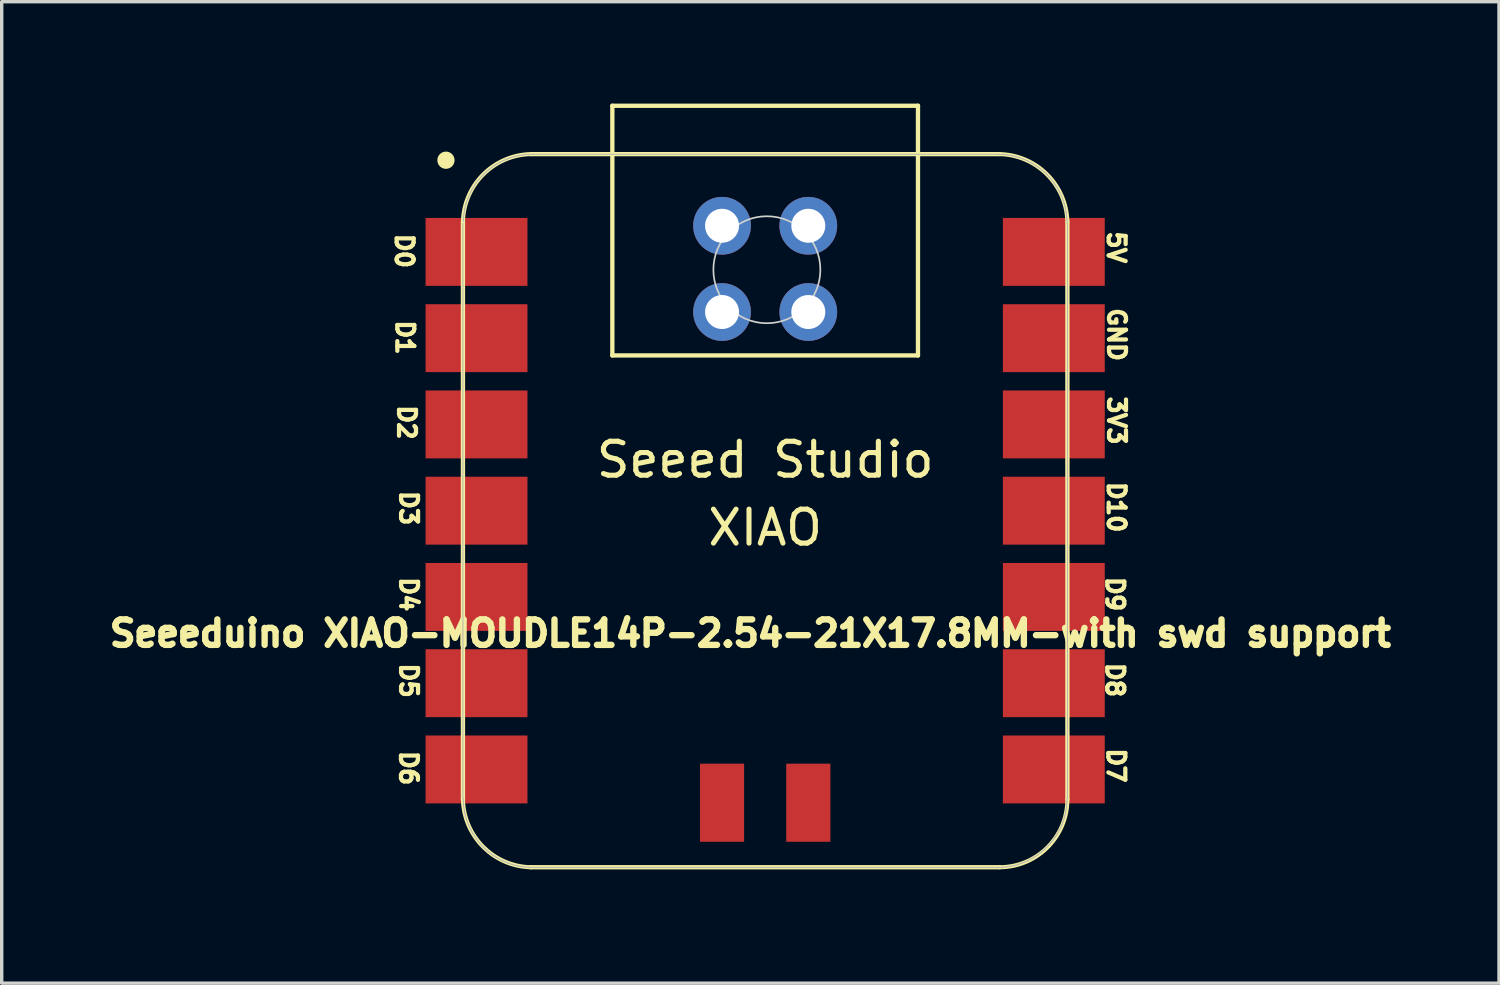
<source format=kicad_pcb>
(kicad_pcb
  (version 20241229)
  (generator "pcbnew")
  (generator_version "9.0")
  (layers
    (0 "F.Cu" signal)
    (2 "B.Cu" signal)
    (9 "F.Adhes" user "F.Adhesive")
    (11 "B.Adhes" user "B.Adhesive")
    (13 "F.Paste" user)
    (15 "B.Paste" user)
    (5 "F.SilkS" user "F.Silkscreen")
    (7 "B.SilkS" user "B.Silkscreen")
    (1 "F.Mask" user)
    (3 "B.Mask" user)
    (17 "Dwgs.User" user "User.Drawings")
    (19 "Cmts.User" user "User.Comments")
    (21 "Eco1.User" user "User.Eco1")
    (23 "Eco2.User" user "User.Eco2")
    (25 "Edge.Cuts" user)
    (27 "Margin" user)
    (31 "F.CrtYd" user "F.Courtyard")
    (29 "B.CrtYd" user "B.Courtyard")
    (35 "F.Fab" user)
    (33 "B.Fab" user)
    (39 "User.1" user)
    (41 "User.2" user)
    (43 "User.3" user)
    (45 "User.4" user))
  (footprint "Seeeduino XIAO-MOUDLE14P-2.54-21X17.8MM-with swd support"
    (layer "F.Cu")
    (at 10.396 22.652)
    (property "Reference" "Seeeduino XIAO-MOUDLE14P-2.54-21X17.8MM-with swd support" (at 8.65 -7.05 0) (layer "F.SilkS") (effects (font (size 0.75 0.75) (thickness 0.188))))
    (attr smd)
    (fp_line (start 0.186 -19.164) (end 0.186 -2.164) (stroke (width 0.127) (type solid)) (layer "F.SilkS"))
    (fp_line (start 2.186 -0.164) (end 15.986 -0.164) (stroke (width 0.127) (type solid)) (layer "F.SilkS"))
    (fp_line (start 4.586 -22.588) (end 13.586 -22.588) (stroke (width 0.127) (type solid)) (layer "F.SilkS"))
    (fp_line (start 4.586 -15.235) (end 4.586 -22.588) (stroke (width 0.127) (type solid)) (layer "F.SilkS"))
    (fp_line (start 13.586 -22.588) (end 13.586 -15.235) (stroke (width 0.127) (type solid)) (layer "F.SilkS"))
    (fp_line (start 13.586 -15.235) (end 4.586 -15.235) (stroke (width 0.127) (type solid)) (layer "F.SilkS"))
    (fp_line (start 15.986 -21.163) (end 2.186 -21.163) (stroke (width 0.127) (type solid)) (layer "F.SilkS"))
    (fp_line (start 17.986 -2.164) (end 17.986 -19.164) (stroke (width 0.127) (type solid)) (layer "F.SilkS"))
    (fp_arc (start 0.185786 -19.164214) (mid 0.784295 -20.565705) (end 2.185786 -21.164214) (stroke (width 0.12) (type solid)) (layer "F.SilkS"))
    (fp_arc (start 2.185786 -0.164214) (mid 0.784363 -0.762791) (end 0.185786 -2.164214) (stroke (width 0.12) (type solid)) (layer "F.SilkS"))
    (fp_arc (start 15.985786 -21.164214) (mid 17.387278 -20.565706) (end 17.985786 -19.164214) (stroke (width 0.12) (type solid)) (layer "F.SilkS"))
    (fp_arc (start 17.985786 -2.164214) (mid 17.4 -0.75) (end 15.985786 -0.164214) (stroke (width 0.12) (type solid)) (layer "F.SilkS"))
    (fp_circle (center -0.314 -20.984) (end -0.314 -21.238) (stroke (width 0) (type solid)) (fill yes) (layer "F.SilkS"))
    (fp_poly (pts (xy 0.198 -19.226) (xy 0.201 -19.275) (xy 0.205 -19.324)) (stroke (width 0.025) (type solid)) (fill no) (layer "F.SilkS"))
    (fp_poly (pts (xy 17.975 -2.143) (xy 17.973 -2.093) (xy 17.97 -2.045) (xy 17.966 -1.996) (xy 17.961 -1.947) (xy 17.954 -1.898) (xy 17.947 -1.85) (xy 17.938 -1.801) (xy 17.928 -1.753)) (stroke (width 0.025) (type solid)) (fill no) (layer "F.SilkS"))
    (fp_circle (center 9.136 -17.759) (end 10.711 -17.747) (stroke (width 0.05) (type default)) (fill no) (layer "Edge.Cuts"))
    (fp_line (start 0.186 -19.128) (end 0.186 -2.192) (stroke (width 0.025) (type solid)) (layer "F.Fab"))
    (fp_line (start 0.196 -2.192) (end 0.196 -2.143) (stroke (width 0.025) (type solid)) (layer "F.Fab"))
    (fp_line (start 0.196 -2.143) (end 0.198 -2.093) (stroke (width 0.025) (type solid)) (layer "F.Fab"))
    (fp_line (start 0.198 -19.226) (end 0.196 -19.177) (stroke (width 0.025) (type solid)) (layer "F.Fab"))
    (fp_line (start 0.198 -2.093) (end 0.201 -2.045) (stroke (width 0.025) (type solid)) (layer "F.Fab"))
    (fp_line (start 0.201 -19.275) (end 0.198 -19.226) (stroke (width 0.025) (type solid)) (layer "F.Fab"))
    (fp_line (start 0.201 -2.045) (end 0.205 -1.996) (stroke (width 0.025) (type solid)) (layer "F.Fab"))
    (fp_line (start 0.205 -19.324) (end 0.201 -19.275) (stroke (width 0.025) (type solid)) (layer "F.Fab"))
    (fp_line (start 0.205 -1.996) (end 0.211 -1.947) (stroke (width 0.025) (type solid)) (layer "F.Fab"))
    (fp_line (start 0.211 -19.372) (end 0.205 -19.324) (stroke (width 0.025) (type solid)) (layer "F.Fab"))
    (fp_line (start 0.211 -1.947) (end 0.217 -1.898) (stroke (width 0.025) (type solid)) (layer "F.Fab"))
    (fp_line (start 0.217 -19.421) (end 0.211 -19.372) (stroke (width 0.025) (type solid)) (layer "F.Fab"))
    (fp_line (start 0.217 -1.898) (end 0.225 -1.85) (stroke (width 0.025) (type solid)) (layer "F.Fab"))
    (fp_line (start 0.225 -19.47) (end 0.217 -19.421) (stroke (width 0.025) (type solid)) (layer "F.Fab"))
    (fp_line (start 0.225 -1.85) (end 0.234 -1.801) (stroke (width 0.025) (type solid)) (layer "F.Fab"))
    (fp_line (start 0.234 -19.518) (end 0.225 -19.47) (stroke (width 0.025) (type solid)) (layer "F.Fab"))
    (fp_line (start 0.234 -1.801) (end 0.244 -1.753) (stroke (width 0.025) (type solid)) (layer "F.Fab"))
    (fp_line (start 0.244 -19.566) (end 0.234 -19.518) (stroke (width 0.025) (type solid)) (layer "F.Fab"))
    (fp_line (start 0.244 -1.753) (end 0.255 -1.705) (stroke (width 0.025) (type solid)) (layer "F.Fab"))
    (fp_line (start 0.255 -19.614) (end 0.244 -19.566) (stroke (width 0.025) (type solid)) (layer "F.Fab"))
    (fp_line (start 0.255 -1.705) (end 0.267 -1.658) (stroke (width 0.025) (type solid)) (layer "F.Fab"))
    (fp_line (start 0.267 -19.662) (end 0.255 -19.614) (stroke (width 0.025) (type solid)) (layer "F.Fab"))
    (fp_line (start 0.267 -1.658) (end 0.281 -1.611) (stroke (width 0.025) (type solid)) (layer "F.Fab"))
    (fp_line (start 0.281 -19.709) (end 0.267 -19.662) (stroke (width 0.025) (type solid)) (layer "F.Fab"))
    (fp_line (start 0.281 -1.611) (end 0.295 -1.564) (stroke (width 0.025) (type solid)) (layer "F.Fab"))
    (fp_line (start 0.295 -19.756) (end 0.281 -19.709) (stroke (width 0.025) (type solid)) (layer "F.Fab"))
    (fp_line (start 0.295 -1.564) (end 0.311 -1.517) (stroke (width 0.025) (type solid)) (layer "F.Fab"))
    (fp_line (start 0.311 -19.802) (end 0.295 -19.756) (stroke (width 0.025) (type solid)) (layer "F.Fab"))
    (fp_line (start 0.311 -1.517) (end 0.328 -1.471) (stroke (width 0.025) (type solid)) (layer "F.Fab"))
    (fp_line (start 0.328 -19.848) (end 0.311 -19.802) (stroke (width 0.025) (type solid)) (layer "F.Fab"))
    (fp_line (start 0.328 -1.471) (end 0.346 -1.425) (stroke (width 0.025) (type solid)) (layer "F.Fab"))
    (fp_line (start 0.346 -19.894) (end 0.328 -19.848) (stroke (width 0.025) (type solid)) (layer "F.Fab"))
    (fp_line (start 0.346 -1.425) (end 0.365 -1.38) (stroke (width 0.025) (type solid)) (layer "F.Fab"))
    (fp_line (start 0.365 -19.939) (end 0.346 -19.894) (stroke (width 0.025) (type solid)) (layer "F.Fab"))
    (fp_line (start 0.365 -1.38) (end 0.385 -1.335) (stroke (width 0.025) (type solid)) (layer "F.Fab"))
    (fp_line (start 0.385 -19.984) (end 0.365 -19.939) (stroke (width 0.025) (type solid)) (layer "F.Fab"))
    (fp_line (start 0.385 -1.335) (end 0.406 -1.291) (stroke (width 0.025) (type solid)) (layer "F.Fab"))
    (fp_line (start 0.406 -20.028) (end 0.385 -19.984) (stroke (width 0.025) (type solid)) (layer "F.Fab"))
    (fp_line (start 0.406 -1.291) (end 0.428 -1.247) (stroke (width 0.025) (type solid)) (layer "F.Fab"))
    (fp_line (start 0.428 -20.072) (end 0.406 -20.028) (stroke (width 0.025) (type solid)) (layer "F.Fab"))
    (fp_line (start 0.428 -1.247) (end 0.452 -1.204) (stroke (width 0.025) (type solid)) (layer "F.Fab"))
    (fp_line (start 0.452 -20.115) (end 0.428 -20.072) (stroke (width 0.025) (type solid)) (layer "F.Fab"))
    (fp_line (start 0.452 -1.204) (end 0.476 -1.161) (stroke (width 0.025) (type solid)) (layer "F.Fab"))
    (fp_line (start 0.476 -20.158) (end 0.452 -20.115) (stroke (width 0.025) (type solid)) (layer "F.Fab"))
    (fp_line (start 0.476 -1.161) (end 0.502 -1.12) (stroke (width 0.025) (type solid)) (layer "F.Fab"))
    (fp_line (start 0.502 -20.2) (end 0.476 -20.158) (stroke (width 0.025) (type solid)) (layer "F.Fab"))
    (fp_line (start 0.502 -1.12) (end 0.528 -1.078) (stroke (width 0.025) (type solid)) (layer "F.Fab"))
    (fp_line (start 0.528 -20.241) (end 0.502 -20.2) (stroke (width 0.025) (type solid)) (layer "F.Fab"))
    (fp_line (start 0.528 -1.078) (end 0.555 -1.037) (stroke (width 0.025) (type solid)) (layer "F.Fab"))
    (fp_line (start 0.555 -20.282) (end 0.528 -20.241) (stroke (width 0.025) (type solid)) (layer "F.Fab"))
    (fp_line (start 0.555 -1.037) (end 0.584 -0.997) (stroke (width 0.025) (type solid)) (layer "F.Fab"))
    (fp_line (start 0.584 -20.322) (end 0.555 -20.282) (stroke (width 0.025) (type solid)) (layer "F.Fab"))
    (fp_line (start 0.584 -0.997) (end 0.613 -0.958) (stroke (width 0.025) (type solid)) (layer "F.Fab"))
    (fp_line (start 0.613 -20.361) (end 0.584 -20.322) (stroke (width 0.025) (type solid)) (layer "F.Fab"))
    (fp_line (start 0.613 -0.958) (end 0.644 -0.919) (stroke (width 0.025) (type solid)) (layer "F.Fab"))
    (fp_line (start 0.644 -20.4) (end 0.613 -20.361) (stroke (width 0.025) (type solid)) (layer "F.Fab"))
    (fp_line (start 0.644 -0.919) (end 0.675 -0.881) (stroke (width 0.025) (type solid)) (layer "F.Fab"))
    (fp_line (start 0.675 -20.438) (end 0.644 -20.4) (stroke (width 0.025) (type solid)) (layer "F.Fab"))
    (fp_line (start 0.675 -0.881) (end 0.707 -0.844) (stroke (width 0.025) (type solid)) (layer "F.Fab"))
    (fp_line (start 0.707 -20.475) (end 0.675 -20.438) (stroke (width 0.025) (type solid)) (layer "F.Fab"))
    (fp_line (start 0.707 -0.844) (end 0.74 -0.808) (stroke (width 0.025) (type solid)) (layer "F.Fab"))
    (fp_line (start 0.74 -20.511) (end 0.707 -20.475) (stroke (width 0.025) (type solid)) (layer "F.Fab"))
    (fp_line (start 0.74 -0.808) (end 0.774 -0.772) (stroke (width 0.025) (type solid)) (layer "F.Fab"))
    (fp_line (start 0.774 -20.547) (end 0.74 -20.511) (stroke (width 0.025) (type solid)) (layer "F.Fab"))
    (fp_line (start 0.774 -0.772) (end 0.808 -0.738) (stroke (width 0.025) (type solid)) (layer "F.Fab"))
    (fp_line (start 0.808 -20.582) (end 0.774 -20.547) (stroke (width 0.025) (type solid)) (layer "F.Fab"))
    (fp_line (start 0.808 -0.738) (end 0.844 -0.704) (stroke (width 0.025) (type solid)) (layer "F.Fab"))
    (fp_line (start 0.844 -20.616) (end 0.808 -20.582) (stroke (width 0.025) (type solid)) (layer "F.Fab"))
    (fp_line (start 0.844 -0.704) (end 0.88 -0.671) (stroke (width 0.025) (type solid)) (layer "F.Fab"))
    (fp_line (start 0.88 -20.649) (end 0.844 -20.616) (stroke (width 0.025) (type solid)) (layer "F.Fab"))
    (fp_line (start 0.88 -0.671) (end 0.917 -0.638) (stroke (width 0.025) (type solid)) (layer "F.Fab"))
    (fp_line (start 0.917 -20.681) (end 0.88 -20.649) (stroke (width 0.025) (type solid)) (layer "F.Fab"))
    (fp_line (start 0.917 -0.638) (end 0.955 -0.607) (stroke (width 0.025) (type solid)) (layer "F.Fab"))
    (fp_line (start 0.955 -20.712) (end 0.917 -20.681) (stroke (width 0.025) (type solid)) (layer "F.Fab"))
    (fp_line (start 0.955 -0.607) (end 0.994 -0.577) (stroke (width 0.025) (type solid)) (layer "F.Fab"))
    (fp_line (start 0.994 -20.742) (end 0.955 -20.712) (stroke (width 0.025) (type solid)) (layer "F.Fab"))
    (fp_line (start 0.994 -0.577) (end 1.033 -0.548) (stroke (width 0.025) (type solid)) (layer "F.Fab"))
    (fp_line (start 1.033 -20.772) (end 0.994 -20.742) (stroke (width 0.025) (type solid)) (layer "F.Fab"))
    (fp_line (start 1.033 -0.548) (end 1.073 -0.519) (stroke (width 0.025) (type solid)) (layer "F.Fab"))
    (fp_line (start 1.073 -20.8) (end 1.033 -20.772) (stroke (width 0.025) (type solid)) (layer "F.Fab"))
    (fp_line (start 1.073 -0.519) (end 1.114 -0.492) (stroke (width 0.025) (type solid)) (layer "F.Fab"))
    (fp_line (start 1.114 -20.827) (end 1.073 -20.8) (stroke (width 0.025) (type solid)) (layer "F.Fab"))
    (fp_line (start 1.114 -0.492) (end 1.156 -0.465) (stroke (width 0.025) (type solid)) (layer "F.Fab"))
    (fp_line (start 1.156 -20.854) (end 1.114 -20.827) (stroke (width 0.025) (type solid)) (layer "F.Fab"))
    (fp_line (start 1.156 -0.465) (end 1.198 -0.44) (stroke (width 0.025) (type solid)) (layer "F.Fab"))
    (fp_line (start 1.198 -20.879) (end 1.156 -20.854) (stroke (width 0.025) (type solid)) (layer "F.Fab"))
    (fp_line (start 1.198 -0.44) (end 1.24 -0.416) (stroke (width 0.025) (type solid)) (layer "F.Fab"))
    (fp_line (start 1.24 -20.904) (end 1.198 -20.879) (stroke (width 0.025) (type solid)) (layer "F.Fab"))
    (fp_line (start 1.24 -0.416) (end 1.283 -0.392) (stroke (width 0.025) (type solid)) (layer "F.Fab"))
    (fp_line (start 1.283 -20.927) (end 1.24 -20.904) (stroke (width 0.025) (type solid)) (layer "F.Fab"))
    (fp_line (start 1.283 -0.392) (end 1.327 -0.37) (stroke (width 0.025) (type solid)) (layer "F.Fab"))
    (fp_line (start 1.327 -20.949) (end 1.283 -20.927) (stroke (width 0.025) (type solid)) (layer "F.Fab"))
    (fp_line (start 1.327 -0.37) (end 1.372 -0.349) (stroke (width 0.025) (type solid)) (layer "F.Fab"))
    (fp_line (start 1.372 -20.97) (end 1.327 -20.949) (stroke (width 0.025) (type solid)) (layer "F.Fab"))
    (fp_line (start 1.372 -0.349) (end 1.416 -0.329) (stroke (width 0.025) (type solid)) (layer "F.Fab"))
    (fp_line (start 1.416 -20.99) (end 1.372 -20.97) (stroke (width 0.025) (type solid)) (layer "F.Fab"))
    (fp_line (start 1.416 -0.329) (end 1.461 -0.31) (stroke (width 0.025) (type solid)) (layer "F.Fab"))
    (fp_line (start 1.461 -21.01) (end 1.416 -20.99) (stroke (width 0.025) (type solid)) (layer "F.Fab"))
    (fp_line (start 1.461 -0.31) (end 1.507 -0.292) (stroke (width 0.025) (type solid)) (layer "F.Fab"))
    (fp_line (start 1.507 -21.028) (end 1.461 -21.01) (stroke (width 0.025) (type solid)) (layer "F.Fab"))
    (fp_line (start 1.507 -0.292) (end 1.553 -0.275) (stroke (width 0.025) (type solid)) (layer "F.Fab"))
    (fp_line (start 1.553 -21.044) (end 1.507 -21.028) (stroke (width 0.025) (type solid)) (layer "F.Fab"))
    (fp_line (start 1.553 -0.275) (end 1.6 -0.259) (stroke (width 0.025) (type solid)) (layer "F.Fab"))
    (fp_line (start 1.6 -21.06) (end 1.553 -21.044) (stroke (width 0.025) (type solid)) (layer "F.Fab"))
    (fp_line (start 1.6 -0.259) (end 1.647 -0.244) (stroke (width 0.025) (type solid)) (layer "F.Fab"))
    (fp_line (start 1.647 -21.075) (end 1.6 -21.06) (stroke (width 0.025) (type solid)) (layer "F.Fab"))
    (fp_line (start 1.647 -0.244) (end 1.694 -0.231) (stroke (width 0.025) (type solid)) (layer "F.Fab"))
    (fp_line (start 1.694 -21.088) (end 1.647 -21.075) (stroke (width 0.025) (type solid)) (layer "F.Fab"))
    (fp_line (start 1.694 -0.231) (end 1.741 -0.219) (stroke (width 0.025) (type solid)) (layer "F.Fab"))
    (fp_line (start 1.741 -21.101) (end 1.694 -21.088) (stroke (width 0.025) (type solid)) (layer "F.Fab"))
    (fp_line (start 1.741 -0.219) (end 1.789 -0.207) (stroke (width 0.025) (type solid)) (layer "F.Fab"))
    (fp_line (start 1.789 -21.112) (end 1.741 -21.101) (stroke (width 0.025) (type solid)) (layer "F.Fab"))
    (fp_line (start 1.789 -0.207) (end 1.837 -0.198) (stroke (width 0.025) (type solid)) (layer "F.Fab"))
    (fp_line (start 1.837 -21.122) (end 1.789 -21.112) (stroke (width 0.025) (type solid)) (layer "F.Fab"))
    (fp_line (start 1.837 -0.198) (end 1.886 -0.189) (stroke (width 0.025) (type solid)) (layer "F.Fab"))
    (fp_line (start 1.886 -21.131) (end 1.837 -21.122) (stroke (width 0.025) (type solid)) (layer "F.Fab"))
    (fp_line (start 1.886 -0.189) (end 1.934 -0.181) (stroke (width 0.025) (type solid)) (layer "F.Fab"))
    (fp_line (start 1.934 -21.138) (end 1.886 -21.131) (stroke (width 0.025) (type solid)) (layer "F.Fab"))
    (fp_line (start 1.934 -0.181) (end 1.983 -0.174) (stroke (width 0.025) (type solid)) (layer "F.Fab"))
    (fp_line (start 1.983 -21.145) (end 1.934 -21.138) (stroke (width 0.025) (type solid)) (layer "F.Fab"))
    (fp_line (start 1.983 -0.174) (end 2.032 -0.169) (stroke (width 0.025) (type solid)) (layer "F.Fab"))
    (fp_line (start 2.032 -21.15) (end 1.983 -21.145) (stroke (width 0.025) (type solid)) (layer "F.Fab"))
    (fp_line (start 2.032 -0.169) (end 2.081 -0.165) (stroke (width 0.025) (type solid)) (layer "F.Fab"))
    (fp_line (start 2.081 -21.154) (end 2.032 -21.15) (stroke (width 0.025) (type solid)) (layer "F.Fab"))
    (fp_line (start 2.081 -0.165) (end 2.129 -0.162) (stroke (width 0.025) (type solid)) (layer "F.Fab"))
    (fp_line (start 2.129 -21.157) (end 2.081 -21.154) (stroke (width 0.025) (type solid)) (layer "F.Fab"))
    (fp_line (start 2.129 -0.162) (end 2.179 -0.16) (stroke (width 0.025) (type solid)) (layer "F.Fab"))
    (fp_line (start 2.179 -21.159) (end 2.129 -21.157) (stroke (width 0.025) (type solid)) (layer "F.Fab"))
    (fp_line (start 2.179 -0.16) (end 2.228 -0.16) (stroke (width 0.025) (type solid)) (layer "F.Fab"))
    (fp_line (start 2.228 -21.16) (end 2.179 -21.159) (stroke (width 0.025) (type solid)) (layer "F.Fab"))
    (fp_line (start 2.228 -0.16) (end 15.944 -0.16) (stroke (width 0.025) (type solid)) (layer "F.Fab"))
    (fp_line (start 15.944 -21.16) (end 2.228 -21.16) (stroke (width 0.025) (type solid)) (layer "F.Fab"))
    (fp_line (start 15.944 -0.16) (end 15.993 -0.16) (stroke (width 0.025) (type solid)) (layer "F.Fab"))
    (fp_line (start 15.993 -21.159) (end 15.944 -21.16) (stroke (width 0.025) (type solid)) (layer "F.Fab"))
    (fp_line (start 15.993 -0.16) (end 16.042 -0.162) (stroke (width 0.025) (type solid)) (layer "F.Fab"))
    (fp_line (start 16.042 -21.157) (end 15.993 -21.159) (stroke (width 0.025) (type solid)) (layer "F.Fab"))
    (fp_line (start 16.042 -0.162) (end 16.091 -0.165) (stroke (width 0.025) (type solid)) (layer "F.Fab"))
    (fp_line (start 16.091 -21.154) (end 16.042 -21.157) (stroke (width 0.025) (type solid)) (layer "F.Fab"))
    (fp_line (start 16.091 -0.165) (end 16.14 -0.169) (stroke (width 0.025) (type solid)) (layer "F.Fab"))
    (fp_line (start 16.14 -21.15) (end 16.091 -21.154) (stroke (width 0.025) (type solid)) (layer "F.Fab"))
    (fp_line (start 16.14 -0.169) (end 16.189 -0.174) (stroke (width 0.025) (type solid)) (layer "F.Fab"))
    (fp_line (start 16.189 -21.145) (end 16.14 -21.15) (stroke (width 0.025) (type solid)) (layer "F.Fab"))
    (fp_line (start 16.189 -0.174) (end 16.237 -0.181) (stroke (width 0.025) (type solid)) (layer "F.Fab"))
    (fp_line (start 16.237 -21.138) (end 16.189 -21.145) (stroke (width 0.025) (type solid)) (layer "F.Fab"))
    (fp_line (start 16.237 -0.181) (end 16.286 -0.189) (stroke (width 0.025) (type solid)) (layer "F.Fab"))
    (fp_line (start 16.286 -21.131) (end 16.237 -21.138) (stroke (width 0.025) (type solid)) (layer "F.Fab"))
    (fp_line (start 16.286 -0.189) (end 16.334 -0.198) (stroke (width 0.025) (type solid)) (layer "F.Fab"))
    (fp_line (start 16.334 -21.122) (end 16.286 -21.131) (stroke (width 0.025) (type solid)) (layer "F.Fab"))
    (fp_line (start 16.334 -0.198) (end 16.382 -0.207) (stroke (width 0.025) (type solid)) (layer "F.Fab"))
    (fp_line (start 16.382 -21.112) (end 16.334 -21.122) (stroke (width 0.025) (type solid)) (layer "F.Fab"))
    (fp_line (start 16.382 -0.207) (end 16.43 -0.219) (stroke (width 0.025) (type solid)) (layer "F.Fab"))
    (fp_line (start 16.43 -21.101) (end 16.382 -21.112) (stroke (width 0.025) (type solid)) (layer "F.Fab"))
    (fp_line (start 16.43 -0.219) (end 16.478 -0.231) (stroke (width 0.025) (type solid)) (layer "F.Fab"))
    (fp_line (start 16.478 -21.088) (end 16.43 -21.101) (stroke (width 0.025) (type solid)) (layer "F.Fab"))
    (fp_line (start 16.478 -0.231) (end 16.525 -0.244) (stroke (width 0.025) (type solid)) (layer "F.Fab"))
    (fp_line (start 16.525 -21.075) (end 16.478 -21.088) (stroke (width 0.025) (type solid)) (layer "F.Fab"))
    (fp_line (start 16.525 -0.244) (end 16.572 -0.259) (stroke (width 0.025) (type solid)) (layer "F.Fab"))
    (fp_line (start 16.572 -21.06) (end 16.525 -21.075) (stroke (width 0.025) (type solid)) (layer "F.Fab"))
    (fp_line (start 16.572 -0.259) (end 16.618 -0.275) (stroke (width 0.025) (type solid)) (layer "F.Fab"))
    (fp_line (start 16.618 -21.044) (end 16.572 -21.06) (stroke (width 0.025) (type solid)) (layer "F.Fab"))
    (fp_line (start 16.618 -0.275) (end 16.664 -0.292) (stroke (width 0.025) (type solid)) (layer "F.Fab"))
    (fp_line (start 16.664 -21.028) (end 16.618 -21.044) (stroke (width 0.025) (type solid)) (layer "F.Fab"))
    (fp_line (start 16.664 -0.292) (end 16.71 -0.31) (stroke (width 0.025) (type solid)) (layer "F.Fab"))
    (fp_line (start 16.71 -21.01) (end 16.664 -21.028) (stroke (width 0.025) (type solid)) (layer "F.Fab"))
    (fp_line (start 16.71 -0.31) (end 16.755 -0.329) (stroke (width 0.025) (type solid)) (layer "F.Fab"))
    (fp_line (start 16.755 -20.99) (end 16.71 -21.01) (stroke (width 0.025) (type solid)) (layer "F.Fab"))
    (fp_line (start 16.755 -0.329) (end 16.8 -0.349) (stroke (width 0.025) (type solid)) (layer "F.Fab"))
    (fp_line (start 16.8 -20.97) (end 16.755 -20.99) (stroke (width 0.025) (type solid)) (layer "F.Fab"))
    (fp_line (start 16.8 -0.349) (end 16.844 -0.37) (stroke (width 0.025) (type solid)) (layer "F.Fab"))
    (fp_line (start 16.844 -20.949) (end 16.8 -20.97) (stroke (width 0.025) (type solid)) (layer "F.Fab"))
    (fp_line (start 16.844 -0.37) (end 16.888 -0.392) (stroke (width 0.025) (type solid)) (layer "F.Fab"))
    (fp_line (start 16.888 -20.927) (end 16.844 -20.949) (stroke (width 0.025) (type solid)) (layer "F.Fab"))
    (fp_line (start 16.888 -0.392) (end 16.931 -0.416) (stroke (width 0.025) (type solid)) (layer "F.Fab"))
    (fp_line (start 16.931 -20.904) (end 16.888 -20.927) (stroke (width 0.025) (type solid)) (layer "F.Fab"))
    (fp_line (start 16.931 -0.416) (end 16.974 -0.44) (stroke (width 0.025) (type solid)) (layer "F.Fab"))
    (fp_line (start 16.974 -20.879) (end 16.931 -20.904) (stroke (width 0.025) (type solid)) (layer "F.Fab"))
    (fp_line (start 16.974 -0.44) (end 17.016 -0.465) (stroke (width 0.025) (type solid)) (layer "F.Fab"))
    (fp_line (start 17.016 -20.854) (end 16.974 -20.879) (stroke (width 0.025) (type solid)) (layer "F.Fab"))
    (fp_line (start 17.016 -0.465) (end 17.057 -0.492) (stroke (width 0.025) (type solid)) (layer "F.Fab"))
    (fp_line (start 17.057 -20.827) (end 17.016 -20.854) (stroke (width 0.025) (type solid)) (layer "F.Fab"))
    (fp_line (start 17.057 -0.492) (end 17.098 -0.519) (stroke (width 0.025) (type solid)) (layer "F.Fab"))
    (fp_line (start 17.098 -20.8) (end 17.057 -20.827) (stroke (width 0.025) (type solid)) (layer "F.Fab"))
    (fp_line (start 17.098 -0.519) (end 17.138 -0.548) (stroke (width 0.025) (type solid)) (layer "F.Fab"))
    (fp_line (start 17.138 -20.772) (end 17.098 -20.8) (stroke (width 0.025) (type solid)) (layer "F.Fab"))
    (fp_line (start 17.138 -0.548) (end 17.177 -0.577) (stroke (width 0.025) (type solid)) (layer "F.Fab"))
    (fp_line (start 17.177 -20.742) (end 17.138 -20.772) (stroke (width 0.025) (type solid)) (layer "F.Fab"))
    (fp_line (start 17.177 -0.577) (end 17.216 -0.607) (stroke (width 0.025) (type solid)) (layer "F.Fab"))
    (fp_line (start 17.216 -20.712) (end 17.177 -20.742) (stroke (width 0.025) (type solid)) (layer "F.Fab"))
    (fp_line (start 17.216 -0.607) (end 17.254 -0.638) (stroke (width 0.025) (type solid)) (layer "F.Fab"))
    (fp_line (start 17.254 -20.681) (end 17.216 -20.712) (stroke (width 0.025) (type solid)) (layer "F.Fab"))
    (fp_line (start 17.254 -0.638) (end 17.291 -0.671) (stroke (width 0.025) (type solid)) (layer "F.Fab"))
    (fp_line (start 17.291 -20.649) (end 17.254 -20.681) (stroke (width 0.025) (type solid)) (layer "F.Fab"))
    (fp_line (start 17.291 -0.671) (end 17.328 -0.704) (stroke (width 0.025) (type solid)) (layer "F.Fab"))
    (fp_line (start 17.328 -20.616) (end 17.291 -20.649) (stroke (width 0.025) (type solid)) (layer "F.Fab"))
    (fp_line (start 17.328 -0.704) (end 17.363 -0.738) (stroke (width 0.025) (type solid)) (layer "F.Fab"))
    (fp_line (start 17.363 -20.582) (end 17.328 -20.616) (stroke (width 0.025) (type solid)) (layer "F.Fab"))
    (fp_line (start 17.363 -0.738) (end 17.398 -0.772) (stroke (width 0.025) (type solid)) (layer "F.Fab"))
    (fp_line (start 17.398 -20.547) (end 17.363 -20.582) (stroke (width 0.025) (type solid)) (layer "F.Fab"))
    (fp_line (start 17.398 -0.772) (end 17.432 -0.808) (stroke (width 0.025) (type solid)) (layer "F.Fab"))
    (fp_line (start 17.432 -20.511) (end 17.398 -20.547) (stroke (width 0.025) (type solid)) (layer "F.Fab"))
    (fp_line (start 17.432 -0.808) (end 17.465 -0.844) (stroke (width 0.025) (type solid)) (layer "F.Fab"))
    (fp_line (start 17.465 -20.475) (end 17.432 -20.511) (stroke (width 0.025) (type solid)) (layer "F.Fab"))
    (fp_line (start 17.465 -0.844) (end 17.497 -0.881) (stroke (width 0.025) (type solid)) (layer "F.Fab"))
    (fp_line (start 17.497 -20.438) (end 17.465 -20.475) (stroke (width 0.025) (type solid)) (layer "F.Fab"))
    (fp_line (start 17.497 -0.881) (end 17.528 -0.919) (stroke (width 0.025) (type solid)) (layer "F.Fab"))
    (fp_line (start 17.528 -20.4) (end 17.497 -20.438) (stroke (width 0.025) (type solid)) (layer "F.Fab"))
    (fp_line (start 17.528 -0.919) (end 17.558 -0.958) (stroke (width 0.025) (type solid)) (layer "F.Fab"))
    (fp_line (start 17.558 -20.361) (end 17.528 -20.4) (stroke (width 0.025) (type solid)) (layer "F.Fab"))
    (fp_line (start 17.558 -0.958) (end 17.588 -0.997) (stroke (width 0.025) (type solid)) (layer "F.Fab"))
    (fp_line (start 17.588 -20.322) (end 17.558 -20.361) (stroke (width 0.025) (type solid)) (layer "F.Fab"))
    (fp_line (start 17.588 -0.997) (end 17.616 -1.037) (stroke (width 0.025) (type solid)) (layer "F.Fab"))
    (fp_line (start 17.616 -20.282) (end 17.588 -20.322) (stroke (width 0.025) (type solid)) (layer "F.Fab"))
    (fp_line (start 17.616 -1.037) (end 17.644 -1.078) (stroke (width 0.025) (type solid)) (layer "F.Fab"))
    (fp_line (start 17.644 -20.241) (end 17.616 -20.282) (stroke (width 0.025) (type solid)) (layer "F.Fab"))
    (fp_line (start 17.644 -1.078) (end 17.67 -1.12) (stroke (width 0.025) (type solid)) (layer "F.Fab"))
    (fp_line (start 17.67 -20.2) (end 17.644 -20.241) (stroke (width 0.025) (type solid)) (layer "F.Fab"))
    (fp_line (start 17.67 -1.12) (end 17.695 -1.161) (stroke (width 0.025) (type solid)) (layer "F.Fab"))
    (fp_line (start 17.695 -20.158) (end 17.67 -20.2) (stroke (width 0.025) (type solid)) (layer "F.Fab"))
    (fp_line (start 17.695 -1.161) (end 17.72 -1.204) (stroke (width 0.025) (type solid)) (layer "F.Fab"))
    (fp_line (start 17.72 -20.115) (end 17.695 -20.158) (stroke (width 0.025) (type solid)) (layer "F.Fab"))
    (fp_line (start 17.72 -1.204) (end 17.743 -1.247) (stroke (width 0.025) (type solid)) (layer "F.Fab"))
    (fp_line (start 17.743 -20.072) (end 17.72 -20.115) (stroke (width 0.025) (type solid)) (layer "F.Fab"))
    (fp_line (start 17.743 -1.247) (end 17.765 -1.291) (stroke (width 0.025) (type solid)) (layer "F.Fab"))
    (fp_line (start 17.765 -20.028) (end 17.743 -20.072) (stroke (width 0.025) (type solid)) (layer "F.Fab"))
    (fp_line (start 17.765 -1.291) (end 17.787 -1.335) (stroke (width 0.025) (type solid)) (layer "F.Fab"))
    (fp_line (start 17.787 -19.984) (end 17.765 -20.028) (stroke (width 0.025) (type solid)) (layer "F.Fab"))
    (fp_line (start 17.787 -1.335) (end 17.807 -1.38) (stroke (width 0.025) (type solid)) (layer "F.Fab"))
    (fp_line (start 17.807 -19.939) (end 17.787 -19.984) (stroke (width 0.025) (type solid)) (layer "F.Fab"))
    (fp_line (start 17.807 -1.38) (end 17.826 -1.425) (stroke (width 0.025) (type solid)) (layer "F.Fab"))
    (fp_line (start 17.826 -19.894) (end 17.807 -19.939) (stroke (width 0.025) (type solid)) (layer "F.Fab"))
    (fp_line (start 17.826 -1.425) (end 17.844 -1.471) (stroke (width 0.025) (type solid)) (layer "F.Fab"))
    (fp_line (start 17.844 -19.848) (end 17.826 -19.894) (stroke (width 0.025) (type solid)) (layer "F.Fab"))
    (fp_line (start 17.844 -1.471) (end 17.86 -1.517) (stroke (width 0.025) (type solid)) (layer "F.Fab"))
    (fp_line (start 17.86 -19.802) (end 17.844 -19.848) (stroke (width 0.025) (type solid)) (layer "F.Fab"))
    (fp_line (start 17.86 -1.517) (end 17.876 -1.564) (stroke (width 0.025) (type solid)) (layer "F.Fab"))
    (fp_line (start 17.876 -19.756) (end 17.86 -19.802) (stroke (width 0.025) (type solid)) (layer "F.Fab"))
    (fp_line (start 17.876 -1.564) (end 17.891 -1.611) (stroke (width 0.025) (type solid)) (layer "F.Fab"))
    (fp_line (start 17.891 -19.709) (end 17.876 -19.756) (stroke (width 0.025) (type solid)) (layer "F.Fab"))
    (fp_line (start 17.891 -1.611) (end 17.904 -1.658) (stroke (width 0.025) (type solid)) (layer "F.Fab"))
    (fp_line (start 17.904 -19.662) (end 17.891 -19.709) (stroke (width 0.025) (type solid)) (layer "F.Fab"))
    (fp_line (start 17.904 -1.658) (end 17.917 -1.705) (stroke (width 0.025) (type solid)) (layer "F.Fab"))
    (fp_line (start 17.917 -19.614) (end 17.904 -19.662) (stroke (width 0.025) (type solid)) (layer "F.Fab"))
    (fp_line (start 17.917 -1.705) (end 17.928 -1.753) (stroke (width 0.025) (type solid)) (layer "F.Fab"))
    (fp_line (start 17.928 -19.566) (end 17.917 -19.614) (stroke (width 0.025) (type solid)) (layer "F.Fab"))
    (fp_line (start 17.928 -1.753) (end 17.938 -1.801) (stroke (width 0.025) (type solid)) (layer "F.Fab"))
    (fp_line (start 17.938 -19.518) (end 17.928 -19.566) (stroke (width 0.025) (type solid)) (layer "F.Fab"))
    (fp_line (start 17.938 -1.801) (end 17.947 -1.85) (stroke (width 0.025) (type solid)) (layer "F.Fab"))
    (fp_line (start 17.947 -19.47) (end 17.938 -19.518) (stroke (width 0.025) (type solid)) (layer "F.Fab"))
    (fp_line (start 17.947 -1.85) (end 17.954 -1.898) (stroke (width 0.025) (type solid)) (layer "F.Fab"))
    (fp_line (start 17.954 -19.421) (end 17.947 -19.47) (stroke (width 0.025) (type solid)) (layer "F.Fab"))
    (fp_line (start 17.954 -1.898) (end 17.961 -1.947) (stroke (width 0.025) (type solid)) (layer "F.Fab"))
    (fp_line (start 17.961 -19.372) (end 17.954 -19.421) (stroke (width 0.025) (type solid)) (layer "F.Fab"))
    (fp_line (start 17.961 -1.947) (end 17.966 -1.996) (stroke (width 0.025) (type solid)) (layer "F.Fab"))
    (fp_line (start 17.966 -19.324) (end 17.961 -19.372) (stroke (width 0.025) (type solid)) (layer "F.Fab"))
    (fp_line (start 17.966 -1.996) (end 17.97 -2.045) (stroke (width 0.025) (type solid)) (layer "F.Fab"))
    (fp_line (start 17.97 -19.275) (end 17.966 -19.324) (stroke (width 0.025) (type solid)) (layer "F.Fab"))
    (fp_line (start 17.97 -2.045) (end 17.973 -2.093) (stroke (width 0.025) (type solid)) (layer "F.Fab"))
    (fp_line (start 17.973 -19.226) (end 17.97 -19.275) (stroke (width 0.025) (type solid)) (layer "F.Fab"))
    (fp_line (start 17.973 -2.093) (end 17.975 -2.143) (stroke (width 0.025) (type solid)) (layer "F.Fab"))
    (fp_line (start 17.975 -19.177) (end 17.973 -19.226) (stroke (width 0.025) (type solid)) (layer "F.Fab"))
    (fp_line (start 17.975 -2.143) (end 17.976 -2.192) (stroke (width 0.025) (type solid)) (layer "F.Fab"))
    (fp_line (start 17.976 -19.128) (end 17.975 -19.177) (stroke (width 0.025) (type solid)) (layer "F.Fab"))
    (fp_line (start 17.986 -2.192) (end 17.986 -19.128) (stroke (width 0.025) (type solid)) (layer "F.Fab"))
    (fp_text user "D10" (at 19.426 -10.769 270) (unlocked yes) (layer "F.SilkS") (effects (font (size 0.5 0.5) (thickness 0.125))))
    (fp_text user "D1" (at -1.521 -15.764 270) (unlocked yes) (layer "F.SilkS") (effects (font (size 0.5 0.5) (thickness 0.125))))
    (fp_text user "XIAO" (at 9.086 -10.164 0) (unlocked yes) (layer "F.SilkS") (effects (font (size 1 1) (thickness 0.15))))
    (fp_text user "GND" (at 19.436 -15.849 270) (unlocked yes) (layer "F.SilkS") (effects (font (size 0.5 0.5) (thickness 0.125))))
    (fp_text user "D4" (at -1.411 -8.2 270) (unlocked yes) (layer "F.SilkS") (effects (font (size 0.5 0.5) (thickness 0.125))))
    (fp_text user "D5" (at -1.411 -5.66 270) (unlocked yes) (layer "F.SilkS") (effects (font (size 0.5 0.5) (thickness 0.125))))
    (fp_text user "3V3" (at 19.436 -13.319 270) (unlocked yes) (layer "F.SilkS") (effects (font (size 0.5 0.5) (thickness 0.125))))
    (fp_text user "D8" (at 19.386 -5.679 270) (unlocked yes) (layer "F.SilkS") (effects (font (size 0.5 0.5) (thickness 0.125))))
    (fp_text user "D2" (at -1.471 -13.264 270) (unlocked yes) (layer "F.SilkS") (effects (font (size 0.5 0.5) (thickness 0.125))))
    (fp_text user "D6" (at -1.414 -3.084 270) (unlocked yes) (layer "F.SilkS") (effects (font (size 0.5 0.5) (thickness 0.125))))
    (fp_text user "D7" (at 19.416 -3.159 270) (unlocked yes) (layer "F.SilkS") (effects (font (size 0.5 0.5) (thickness 0.125))))
    (fp_text user "D0" (at -1.541 -18.314 270) (unlocked yes) (layer "F.SilkS") (effects (font (size 0.5 0.5) (thickness 0.125))))
    (fp_text user "D3" (at -1.411 -10.74 270) (unlocked yes) (layer "F.SilkS") (effects (font (size 0.5 0.5) (thickness 0.125))))
    (fp_text user "D9" (at 19.386 -8.209 270) (unlocked yes) (layer "F.SilkS") (effects (font (size 0.5 0.5) (thickness 0.125))))
    (fp_text user "Seeed Studio" (at 9.086 -12.164 0) (unlocked yes) (layer "F.SilkS") (effects (font (size 1 1) (thickness 0.15))))
    (fp_text user "5V" (at 19.426 -18.419 270) (unlocked yes) (layer "F.SilkS") (effects (font (size 0.5 0.5) (thickness 0.125))))
    (pad "1" smd rect (at 0.586 -18.284) (size 3 2) (layers "F.Cu" "F.Mask" "F.Paste"))
    (pad "2" smd rect (at 0.586 -15.744) (size 3 2) (layers "F.Cu" "F.Mask" "F.Paste"))
    (pad "3" smd rect (at 0.586 -13.204) (size 3 2) (layers "F.Cu" "F.Mask" "F.Paste"))
    (pad "4" smd rect (at 0.586 -10.664) (size 3 2) (layers "F.Cu" "F.Mask" "F.Paste"))
    (pad "5" smd rect (at 0.586 -8.124) (size 3 2) (layers "F.Cu" "F.Mask" "F.Paste"))
    (pad "6" smd rect (at 0.586 -5.584 180) (size 3 2) (layers "F.Cu" "F.Mask" "F.Paste"))
    (pad "7" smd rect (at 0.586 -3.044) (size 3 2) (layers "F.Cu" "F.Mask" "F.Paste"))
    (pad "8" smd rect (at 17.586 -3.044) (size 3 2) (layers "F.Cu" "F.Mask" "F.Paste"))
    (pad "9" smd rect (at 17.586 -5.584) (size 3 2) (layers "F.Cu" "F.Mask" "F.Paste"))
    (pad "10" smd rect (at 17.586 -8.124) (size 3 2) (layers "F.Cu" "F.Mask" "F.Paste"))
    (pad "11" smd rect (at 17.586 -10.664) (size 3 2) (layers "F.Cu" "F.Mask" "F.Paste"))
    (pad "12" smd rect (at 17.586 -13.204) (size 3 2) (layers "F.Cu" "F.Mask" "F.Paste"))
    (pad "13" smd rect (at 17.586 -15.744) (size 3 2) (layers "F.Cu" "F.Mask" "F.Paste"))
    (pad "14" smd rect (at 17.586 -18.284) (size 3 2) (layers "F.Cu" "F.Mask" "F.Paste"))
    (pad "15" smd rect (at 7.816 -2.064 90) (size 2.3 1.3) (layers "F.Cu" "F.Mask" "F.Paste"))
    (pad "16" smd rect (at 10.356 -2.064 90) (size 2.3 1.3) (layers "F.Cu" "F.Mask" "F.Paste"))
    (pad "17" smd circle (at 7.816 -19.054 90) (size 1.5 1.5) (layers "F.Cu"))
    (pad "17" thru_hole oval (at 7.816 -19.054) (size 1.7 1.7) (drill 1) (layers "*.Cu" "*.Mask"))
    (pad "18" smd circle (at 10.356 -19.054 90) (size 1.5 1.5) (layers "F.Cu"))
    (pad "18" thru_hole oval (at 10.356 -19.054) (size 1.7 1.7) (drill 1) (layers "*.Cu" "*.Mask"))
    (pad "19" smd circle (at 7.816 -16.514 90) (size 1.5 1.5) (layers "F.Cu"))
    (pad "19" thru_hole oval (at 7.816 -16.514) (size 1.7 1.7) (drill 1) (layers "*.Cu" "*.Mask"))
    (pad "20" smd circle (at 10.356 -16.514 90) (size 1.5 1.5) (layers "F.Cu"))
    (pad "20" thru_hole oval (at 10.356 -16.514) (size 1.7 1.7) (drill 1) (layers "*.Cu" "*.Mask")))
  (gr_rect
    (start -3 -3)
    (end 41.091 25.902)
    (stroke (width 0.1) (type default))
    (fill no)
    (layer "Edge.Cuts")))
</source>
